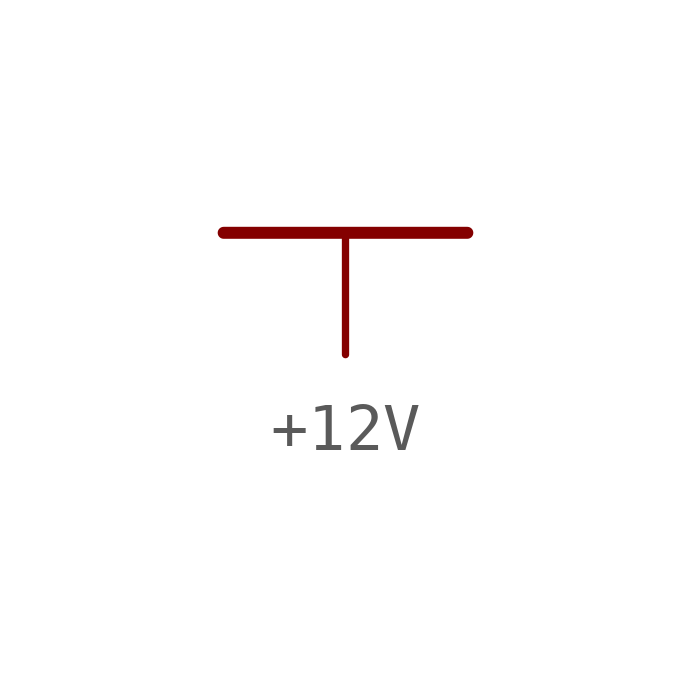
<source format=kicad_sym>
(kicad_symbol_lib
  (version 20231120)
  (generator "kicad_symbol_editor")
  (generator_version "8.0")
  (symbol "+12V"
    (power)
    (property "Reference" "#NetPort"
      (at 0 0 0)
      (effects (font (size 1.27 1.27)) (hide yes)))
    (property "ki_locked" ""
      (at 0 0 0)
      (effects (font (size 1.27 1.27))))
    (symbol "+12V_1_0"
      (polyline (pts (xy -2.54 0) (xy 2.54 0)) (stroke (width 0.25) (type solid)) (fill (type none)))
      (pin power_in line (at 0 -2.54 90) (length 2.54) (name "+12V" (effects (font (size 0 0)))) (number "1" (effects (font (size 0 0))))))))
</source>
